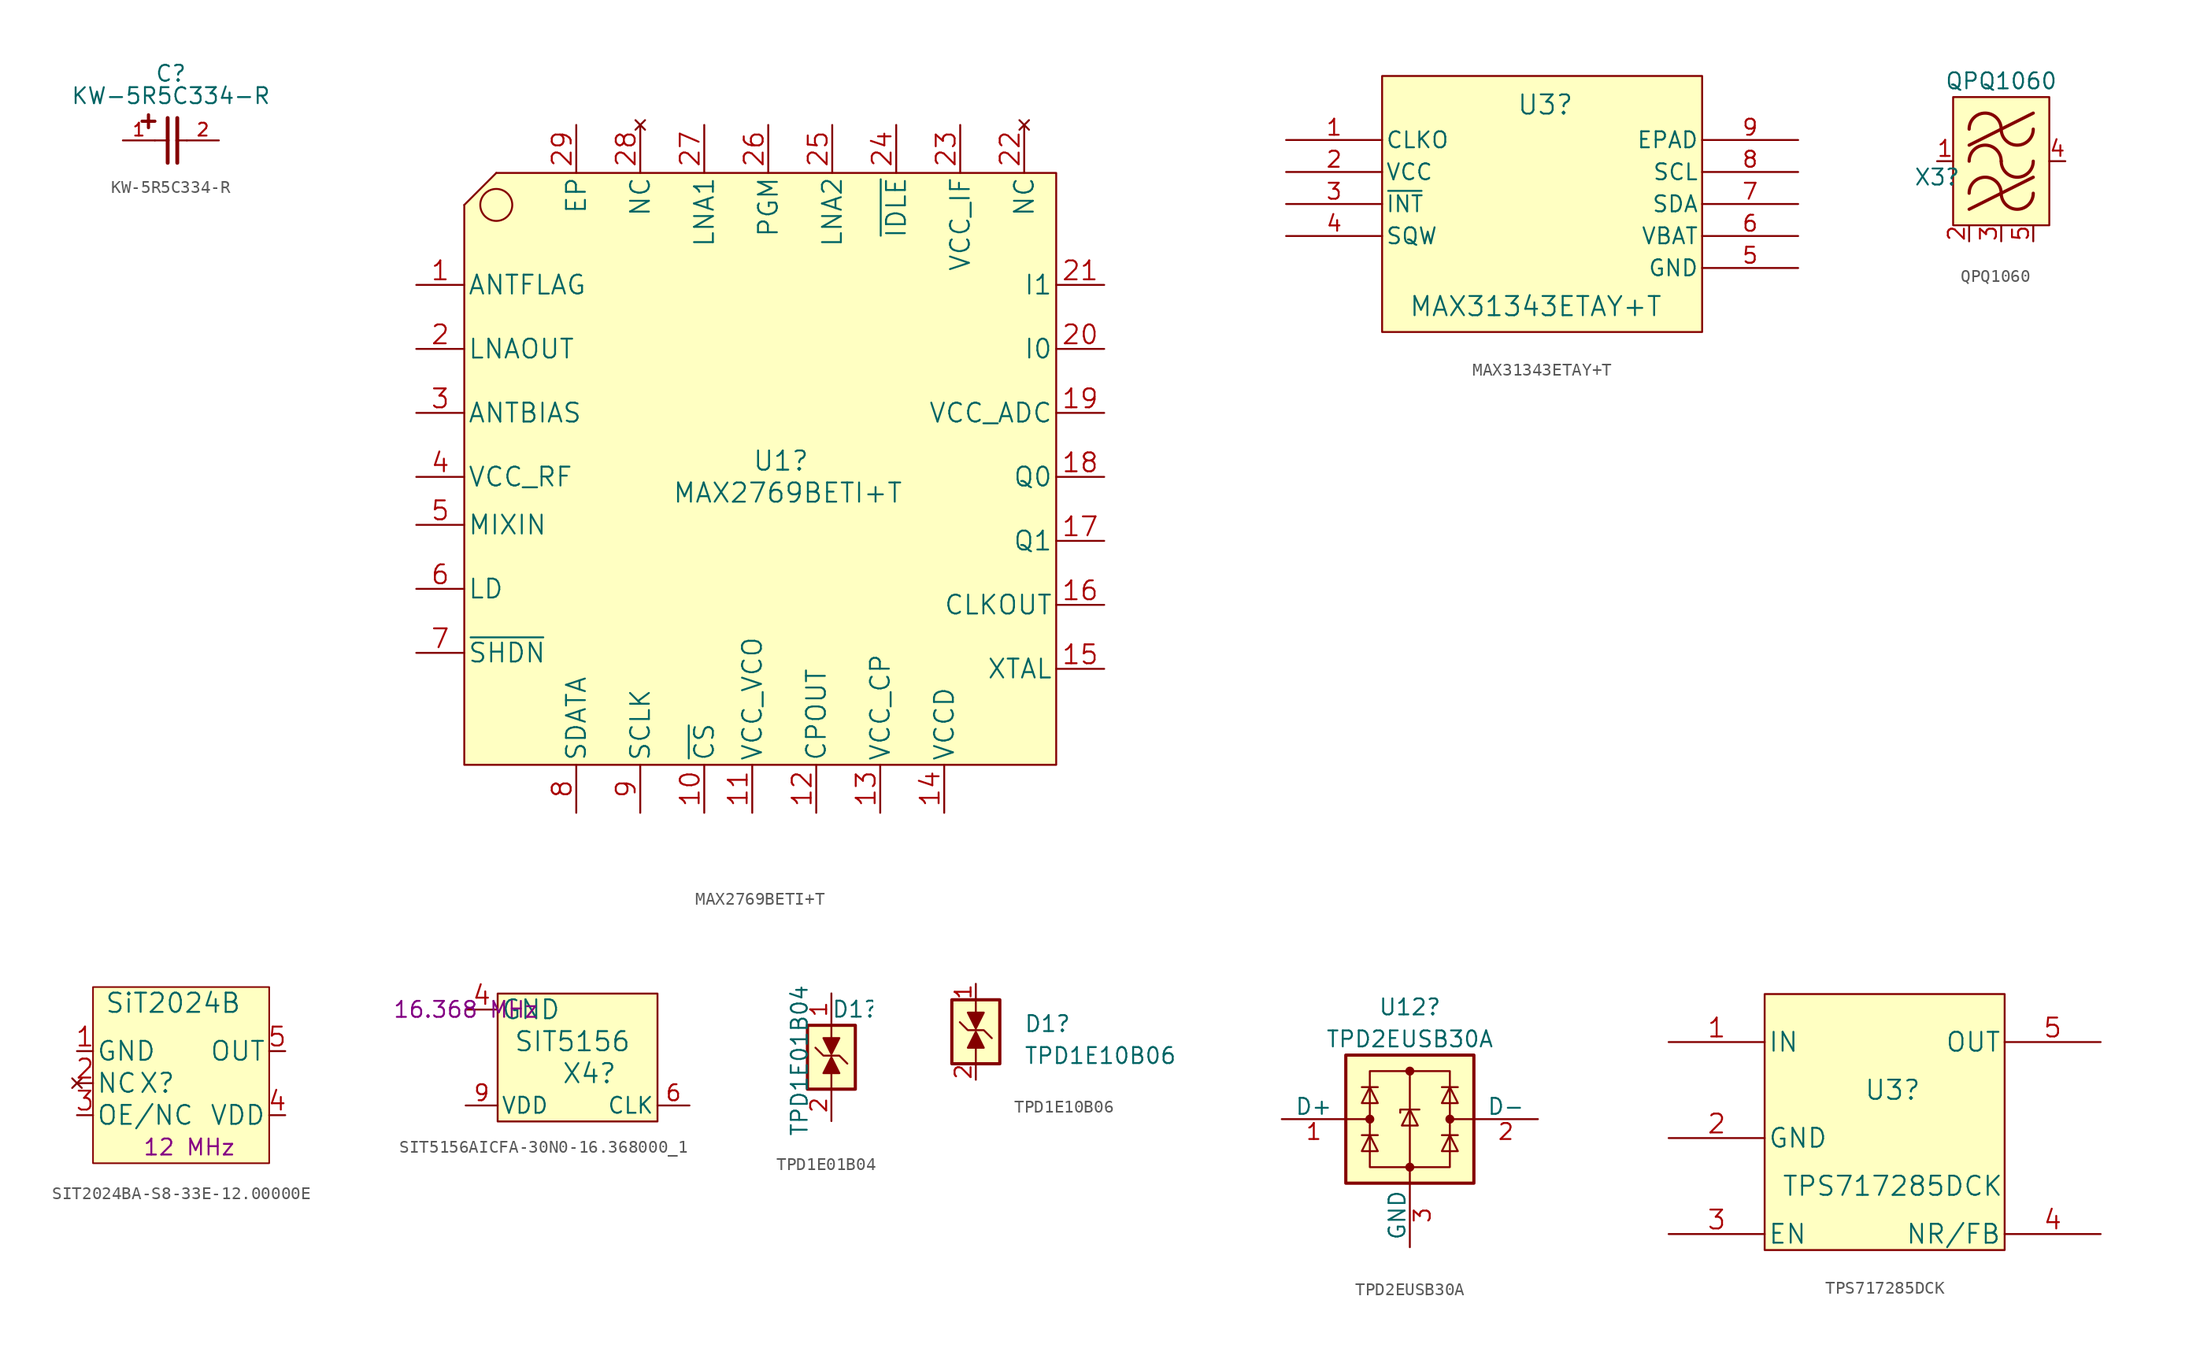
<source format=kicad_sym>
(kicad_symbol_lib
  (version 20241209)
  (generator "kicad_symbol_editor")
  (generator_version "9.0")
  (symbol "KW-5R5C334-R"
    (pin_names
      (offset 1.016))
    (property "Reference" "C"
      (at 1.27 4.572 0)
      (effects (font (size 1.27 1.27)) (justify bottom)))
    (property "Value" "KW-5R5C334-R"
      (at 1.27 2.794 0)
      (effects (font (size 1.27 1.27)) (justify bottom)))
    (symbol "KW-5R5C334-R_0_0"
      (polyline (pts (xy -0.508 2.032) (xy -0.508 1.016)) (stroke (width 0.254) (type default)) (fill (type none)))
      (polyline (pts (xy 0 1.524) (xy -1.016 1.524)) (stroke (width 0.254) (type default)) (fill (type none)))
      (polyline (pts (xy 0 0) (xy 1.016 0)) (stroke (width 0.152) (type default)) (fill (type none)))
      (polyline (pts (xy 1.016 1.778) (xy 1.016 0)) (stroke (width 0.305) (type default)) (fill (type none)))
      (polyline (pts (xy 1.016 0) (xy 1.016 -1.778)) (stroke (width 0.305) (type default)) (fill (type none)))
      (polyline (pts (xy 1.778 1.778) (xy 1.778 0)) (stroke (width 0.305) (type default)) (fill (type none)))
      (polyline (pts (xy 1.778 0) (xy 1.778 -1.778)) (stroke (width 0.305) (type default)) (fill (type none)))
      (polyline (pts (xy 1.778 0) (xy 2.54 0)) (stroke (width 0.152) (type default)) (fill (type none)))
      (pin bidirectional line (at -2.54 0 0) (length 2.54) (name "~" (effects (font (size 1.016 1.016)))) (number "1" (effects (font (size 1.016 1.016)))))
      (pin bidirectional line (at 5.08 0 180) (length 2.54) (name "~" (effects (font (size 1.016 1.016)))) (number "2" (effects (font (size 1.016 1.016)))))))
  (symbol "MAX2769BETI+T"
    (pin_names
      (offset 0.254))
    (property "Reference" "U1"
      (at 22.86 -22.86 0)
      (effects (font (size 1.524 1.524)) (justify left)))
    (property "Value" "MAX2769BETI+T"
      (at 16.51 -25.4 0)
      (effects (font (size 1.524 1.524)) (justify left)))
    (symbol "MAX2769BETI+T_1_1"
      (polyline (pts (xy 0 -2.54) (xy 2.54 0)) (stroke (width 0) (type solid)) (fill (type none)))
      (polyline (pts (xy 0 -2.54) (xy 0 -46.99) (xy 46.99 -46.99) (xy 46.99 0) (xy 2.54 0)) (stroke (width 0) (type solid)) (fill (type background)))
      (circle (center 2.54 -2.54) (radius 1.27) (stroke (width 0) (type solid)) (fill (type none)))
      (pin output line (at -3.81 -8.89 0) (length 3.81) (name "ANTFLAG" (effects (font (size 1.499 1.499)))) (number "1" (effects (font (size 1.499 1.499)))))
      (pin output line (at -3.81 -13.97 0) (length 3.81) (name "LNAOUT" (effects (font (size 1.499 1.499)))) (number "2" (effects (font (size 1.499 1.499)))))
      (pin output line (at -3.81 -19.05 0) (length 3.81) (name "ANTBIAS" (effects (font (size 1.499 1.499)))) (number "3" (effects (font (size 1.499 1.499)))))
      (pin power_in line (at -3.81 -24.13 0) (length 3.81) (name "VCC_RF" (effects (font (size 1.499 1.499)))) (number "4" (effects (font (size 1.499 1.499)))))
      (pin input line (at -3.81 -27.94 0) (length 3.81) (name "MIXIN" (effects (font (size 1.499 1.499)))) (number "5" (effects (font (size 1.499 1.499)))))
      (pin output line (at -3.81 -33.02 0) (length 3.81) (name "LD" (effects (font (size 1.499 1.499)))) (number "6" (effects (font (size 1.499 1.499)))))
      (pin input line (at -3.81 -38.1 0) (length 3.81) (name "~{SHDN}" (effects (font (size 1.499 1.499)))) (number "7" (effects (font (size 1.499 1.499)))))
      (pin free line (at 8.89 3.81 270) (length 3.81) (name "EP" (effects (font (size 1.499 1.499)))) (number "29" (effects (font (size 1.499 1.499)))))
      (pin input line (at 8.89 -50.8 90) (length 3.81) (name "SDATA" (effects (font (size 1.499 1.499)))) (number "8" (effects (font (size 1.499 1.499)))))
      (pin no_connect line (at 13.97 3.81 270) (length 3.81) (name "NC" (effects (font (size 1.499 1.499)))) (number "28" (effects (font (size 1.499 1.499)))))
      (pin input line (at 13.97 -50.8 90) (length 3.81) (name "SCLK" (effects (font (size 1.499 1.499)))) (number "9" (effects (font (size 1.499 1.499)))))
      (pin input line (at 19.05 3.81 270) (length 3.81) (name "LNA1" (effects (font (size 1.499 1.499)))) (number "27" (effects (font (size 1.499 1.499)))))
      (pin input line (at 19.05 -50.8 90) (length 3.81) (name "~{CS}" (effects (font (size 1.499 1.499)))) (number "10" (effects (font (size 1.499 1.499)))))
      (pin power_in line (at 22.86 -50.8 90) (length 3.81) (name "VCC_VCO" (effects (font (size 1.499 1.499)))) (number "11" (effects (font (size 1.499 1.499)))))
      (pin input line (at 24.13 3.81 270) (length 3.81) (name "PGM" (effects (font (size 1.499 1.499)))) (number "26" (effects (font (size 1.499 1.499)))))
      (pin output line (at 27.94 -50.8 90) (length 3.81) (name "CPOUT" (effects (font (size 1.499 1.499)))) (number "12" (effects (font (size 1.499 1.499)))))
      (pin input line (at 29.21 3.81 270) (length 3.81) (name "LNA2" (effects (font (size 1.499 1.499)))) (number "25" (effects (font (size 1.499 1.499)))))
      (pin power_in line (at 33.02 -50.8 90) (length 3.81) (name "VCC_CP" (effects (font (size 1.499 1.499)))) (number "13" (effects (font (size 1.499 1.499)))))
      (pin input line (at 34.29 3.81 270) (length 3.81) (name "~{IDLE}" (effects (font (size 1.499 1.499)))) (number "24" (effects (font (size 1.499 1.499)))))
      (pin power_in line (at 38.1 -50.8 90) (length 3.81) (name "VCCD" (effects (font (size 1.499 1.499)))) (number "14" (effects (font (size 1.499 1.499)))))
      (pin power_in line (at 39.37 3.81 270) (length 3.81) (name "VCC_IF" (effects (font (size 1.499 1.499)))) (number "23" (effects (font (size 1.499 1.499)))))
      (pin no_connect line (at 44.45 3.81 270) (length 3.81) (name "NC" (effects (font (size 1.499 1.499)))) (number "22" (effects (font (size 1.499 1.499)))))
      (pin output line (at 50.8 -8.89 180) (length 3.81) (name "I1" (effects (font (size 1.499 1.499)))) (number "21" (effects (font (size 1.499 1.499)))))
      (pin output line (at 50.8 -13.97 180) (length 3.81) (name "I0" (effects (font (size 1.499 1.499)))) (number "20" (effects (font (size 1.499 1.499)))))
      (pin power_in line (at 50.8 -19.05 180) (length 3.81) (name "VCC_ADC" (effects (font (size 1.499 1.499)))) (number "19" (effects (font (size 1.499 1.499)))))
      (pin output line (at 50.8 -24.13 180) (length 3.81) (name "Q0" (effects (font (size 1.499 1.499)))) (number "18" (effects (font (size 1.499 1.499)))))
      (pin output line (at 50.8 -29.21 180) (length 3.81) (name "Q1" (effects (font (size 1.499 1.499)))) (number "17" (effects (font (size 1.499 1.499)))))
      (pin output line (at 50.8 -34.29 180) (length 3.81) (name "CLKOUT" (effects (font (size 1.499 1.499)))) (number "16" (effects (font (size 1.499 1.499)))))
      (pin input line (at 50.8 -39.37 180) (length 3.81) (name "XTAL" (effects (font (size 1.499 1.499)))) (number "15" (effects (font (size 1.499 1.499)))))))
  (symbol "MAX31343ETAY+T"
    (pin_names
      (offset 0.254))
    (property "Reference" "U3"
      (at 20.574 2.794 0)
      (effects (font (size 1.524 1.524))))
    (property "Value" "MAX31343ETAY+T"
      (at 19.812 -13.208 0)
      (effects (font (size 1.524 1.524))))
    (property "ki_locked" ""
      (at 0 0 0)
      (effects (font (size 1.27 1.27))))
    (symbol "MAX31343ETAY+T_0_1"
      (pin output line (at 0 0 0) (length 7.62) (name "CLKO" (effects (font (size 1.27 1.27)))) (number "1" (effects (font (size 1.27 1.27)))))
      (pin power_in line (at 0 -2.54 0) (length 7.62) (name "VCC" (effects (font (size 1.27 1.27)))) (number "2" (effects (font (size 1.27 1.27)))))
      (pin output line (at 0 -7.62 0) (length 7.62) (name "SQW" (effects (font (size 1.27 1.27)))) (number "4" (effects (font (size 1.27 1.27)))))
      (pin power_in line (at 40.64 0 180) (length 7.62) (name "EPAD" (effects (font (size 1.27 1.27)))) (number "9" (effects (font (size 1.27 1.27)))))
      (pin input line (at 40.64 -2.54 180) (length 7.62) (name "SCL" (effects (font (size 1.27 1.27)))) (number "8" (effects (font (size 1.27 1.27)))))
      (pin bidirectional line (at 40.64 -5.08 180) (length 7.62) (name "SDA" (effects (font (size 1.27 1.27)))) (number "7" (effects (font (size 1.27 1.27)))))
      (pin input line (at 40.64 -7.62 180) (length 7.62) (name "VBAT" (effects (font (size 1.27 1.27)))) (number "6" (effects (font (size 1.27 1.27)))))
      (pin power_in line (at 40.64 -10.16 180) (length 7.62) (name "GND" (effects (font (size 1.27 1.27)))) (number "5" (effects (font (size 1.27 1.27))))))
    (symbol "MAX31343ETAY+T_1_1"
      (rectangle (start 7.62 5.08) (end 33.02 -15.24) (stroke (width 0) (type default)) (fill (type background)))
      (pin output line (at 0 -5.08 0) (length 7.62) (name "~{INT}" (effects (font (size 1.27 1.27)))) (number "3" (effects (font (size 1.27 1.27)))))))
  (symbol "QPQ1060"
    (pin_names
      (hide yes))
    (property "Reference" "X3"
      (at -5.08 -1.27 0)
      (effects (font (size 1.27 1.27))))
    (property "Value" "QPQ1060"
      (at 0 6.35 0)
      (effects (font (size 1.27 1.27))))
    (symbol "QPQ1060_1_1"
      (rectangle (start -3.81 5.08) (end 3.81 -5.08) (stroke (width 0) (type default)) (fill (type background)))
      (polyline (pts (xy -2.54 1.27) (xy 2.54 3.81)) (stroke (width 0.254) (type default)) (fill (type none)))
      (polyline (pts (xy -2.54 -3.81) (xy 2.54 -1.27)) (stroke (width 0.254) (type default)) (fill (type none)))
      (arc (start -2.54 2.54) (mid -1.27 3.8045) (end 0 2.54) (stroke (width 0.254) (type default)) (fill (type none)))
      (arc (start -2.54 0) (mid -1.27 1.2645) (end 0 0) (stroke (width 0.254) (type default)) (fill (type none)))
      (arc (start -2.54 -2.54) (mid -1.27 -1.2755) (end 0 -2.54) (stroke (width 0.254) (type default)) (fill (type none)))
      (arc (start 2.54 2.54) (mid 1.27 1.2755) (end 0 2.54) (stroke (width 0.254) (type default)) (fill (type none)))
      (arc (start 2.54 0) (mid 1.27 -1.2645) (end 0 0) (stroke (width 0.254) (type default)) (fill (type none)))
      (arc (start 2.54 -2.54) (mid 1.27 -3.8045) (end 0 -2.54) (stroke (width 0.254) (type default)) (fill (type none)))
      (pin input line (at -5.08 0 0) (length 1.27) (name "IN" (effects (font (size 1.27 1.27)))) (number "1" (effects (font (size 1.27 1.27)))))
      (pin passive line (at -2.54 -6.35 90) (length 1.27) (name "GND" (effects (font (size 1.27 1.27)))) (number "2" (effects (font (size 1.27 1.27)))))
      (pin passive line (at 0 -6.35 90) (length 1.27) (name "GND" (effects (font (size 1.27 1.27)))) (number "3" (effects (font (size 1.27 1.27)))))
      (pin passive line (at 2.54 -6.35 90) (length 1.27) (name "GND" (effects (font (size 1.27 1.27)))) (number "5" (effects (font (size 1.27 1.27)))))
      (pin output line (at 5.08 0 180) (length 1.27) (name "OUT" (effects (font (size 1.27 1.27)))) (number "4" (effects (font (size 1.27 1.27)))))))
  (symbol "SIT2024BA-S8-33E-12.00000E"
    (pin_names
      (offset 0.254))
    (property "Reference" "X"
      (at 12.7 -2.54 0)
      (effects (font (size 1.524 1.524))))
    (property "Value" "SiT2024B"
      (at 13.97 3.81 0)
      (effects (font (size 1.524 1.524))))
    (property "Notes" "12 MHz"
      (at 15.24 -7.62 0)
      (effects (font (size 1.27 1.27))))
    (symbol "SIT2024BA-S8-33E-12.00000E_1_1"
      (rectangle (start 7.62 5.08) (end 21.59 -8.89) (stroke (width 0.127) (type solid)) (fill (type background)))
      (pin power_in line (at 6.35 0 0) (length 1.27) (name "GND" (effects (font (size 1.499 1.499)))) (number "1" (effects (font (size 1.499 1.499)))))
      (pin no_connect line (at 6.35 -2.54 0) (length 1.27) (name "NC" (effects (font (size 1.499 1.499)))) (number "2" (effects (font (size 1.499 1.499)))))
      (pin unspecified line (at 6.35 -5.08 0) (length 1.27) (name "OE/NC" (effects (font (size 1.499 1.499)))) (number "3" (effects (font (size 1.499 1.499)))))
      (pin output line (at 22.86 0 180) (length 1.27) (name "OUT" (effects (font (size 1.499 1.499)))) (number "5" (effects (font (size 1.499 1.499)))))
      (pin power_in line (at 22.86 -5.08 180) (length 1.27) (name "VDD" (effects (font (size 1.499 1.499)))) (number "4" (effects (font (size 1.499 1.499)))))))
  (symbol "SIT5156AICFA-30N0-16.368000_1"
    (pin_names
      (offset 0.254))
    (property "Reference" "X4"
      (at 7.62 -5.08 0)
      (effects (font (size 1.524 1.524)) (justify left)))
    (property "Value" "SIT5156"
      (at 3.81 -2.54 0)
      (effects (font (size 1.524 1.524)) (justify left)))
    (property "Notes" "16.368 MHz"
      (at 0 0 0)
      (effects (font (size 1.27 1.27))))
    (symbol "SIT5156AICFA-30N0-16.368000_1_0_0"
      (pin output line (at 17.78 -7.62 180) (length 2.54) (name "CLK" (effects (font (size 1.27 1.27)))) (number "6" (effects (font (size 1.27 1.27))))))
    (symbol "SIT5156AICFA-30N0-16.368000_1_1_0"
      (pin power_in line (at 0 -7.62 0) (length 2.54) (name "VDD" (effects (font (size 1.27 1.27)))) (number "9" (effects (font (size 1.27 1.27)))))
      (pin no_connect line (at 8.89 1.27 270) (length 0) (hide yes) (name "NC" (effects (font (size 1.27 1.27)))) (number "10" (effects (font (size 1.27 1.27)))))
      (pin no_connect line (at 15.24 -2.54 180) (length 0) (hide yes) (name "NC" (effects (font (size 1.27 1.27)))) (number "8" (effects (font (size 1.27 1.27)))))
      (pin no_connect line (at 15.24 -5.08 180) (length 0) (hide yes) (name "NC" (effects (font (size 1.27 1.27)))) (number "7" (effects (font (size 1.27 1.27))))))
    (symbol "SIT5156AICFA-30N0-16.368000_1_1_1"
      (rectangle (start 2.54 1.27) (end 15.24 -8.89) (stroke (width 0) (type solid)) (fill (type background)))
      (pin power_in line (at 0 0 0) (length 2.54) (name "GND" (effects (font (size 1.499 1.499)))) (number "4" (effects (font (size 1.499 1.499)))))
      (pin no_connect line (at 2.54 0 0) (length 0) (hide yes) (name "NC" (effects (font (size 1.499 1.499)))) (number "1" (effects (font (size 1.499 1.499)))))
      (pin no_connect line (at 2.54 -2.54 0) (length 0) (hide yes) (name "NC" (effects (font (size 1.499 1.499)))) (number "2" (effects (font (size 1.499 1.499)))))
      (pin no_connect line (at 2.54 -5.08 0) (length 0) (hide yes) (name "NC" (effects (font (size 1.499 1.499)))) (number "3" (effects (font (size 1.499 1.499)))))
      (pin no_connect line (at 8.89 -8.89 90) (length 0) (hide yes) (name "NC" (effects (font (size 1.499 1.499)))) (number "5" (effects (font (size 1.499 1.499)))))))
  (symbol "TPD1E01B04"
    (pin_names
      (hide yes))
    (property "Reference" "D1"
      (at 0 3.81 0)
      (effects (font (size 1.27 1.27)) (justify left)))
    (property "Value" "TPD1E01B04"
      (at -2.54 -6.35 90)
      (effects (font (size 1.27 1.27)) (justify left)))
    (symbol "TPD1E01B04_0_1"
      (rectangle (start -1.905 2.54) (end 1.905 -2.54) (stroke (width 0.254) (type default)) (fill (type background)))
      (polyline (pts (xy -1.27 0.762) (xy -0.635 0.127) (xy 0 0.127) (xy 0.635 0.127) (xy 1.27 -0.508)) (stroke (width 0) (type default)) (fill (type none)))
      (polyline (pts (xy 0 2.54) (xy 0 0.635)) (stroke (width 0) (type default)) (fill (type none)))
      (polyline (pts (xy 0 -1.27) (xy 0 -2.54)) (stroke (width 0) (type default)) (fill (type none))))
    (symbol "TPD1E01B04_1_0"
      (pin passive line (at 0 -5.08 90) (length 2.54) (name "A" (effects (font (size 1.27 1.27)))) (number "2" (effects (font (size 1.27 1.27))))))
    (symbol "TPD1E01B04_1_1"
      (polyline (pts (xy 0 0.254) (xy 0.635 1.524) (xy -0.635 1.524) (xy 0 0.254)) (stroke (width 0) (type default)) (fill (type outline)))
      (polyline (pts (xy 0 0) (xy -0.635 -1.27) (xy 0.635 -1.27) (xy 0 0)) (stroke (width 0) (type default)) (fill (type outline)))
      (pin passive line (at 0 5.08 270) (length 2.54) (name "K" (effects (font (size 1.27 1.27)))) (number "1" (effects (font (size 1.27 1.27)))))))
  (symbol "TPD1E10B06"
    (pin_names
      (hide yes))
    (property "Reference" "D1"
      (at 3.81 0.635 0)
      (effects (font (size 1.27 1.27)) (justify left)))
    (property "Value" "TPD1E10B06"
      (at 3.81 -1.905 0)
      (effects (font (size 1.27 1.27)) (justify left)))
    (symbol "TPD1E10B06_0_1"
      (rectangle (start -1.905 2.54) (end 1.905 -2.54) (stroke (width 0.254) (type default)) (fill (type background)))
      (polyline (pts (xy -1.27 0.762) (xy -0.635 0.127) (xy 0 0.127) (xy 0.635 0.127) (xy 1.27 -0.508)) (stroke (width 0) (type default)) (fill (type none)))
      (polyline (pts (xy 0 2.54) (xy 0 0.635)) (stroke (width 0) (type default)) (fill (type none)))
      (polyline (pts (xy 0 -1.27) (xy 0 -2.54)) (stroke (width 0) (type default)) (fill (type none))))
    (symbol "TPD1E10B06_1_0"
      (pin passive line (at 0 -3.81 90) (length 1.27) (name "A" (effects (font (size 1.27 1.27)))) (number "2" (effects (font (size 1.27 1.27))))))
    (symbol "TPD1E10B06_1_1"
      (polyline (pts (xy 0 0.254) (xy 0.635 1.524) (xy -0.635 1.524) (xy 0 0.254)) (stroke (width 0) (type default)) (fill (type outline)))
      (polyline (pts (xy 0 0) (xy -0.635 -1.27) (xy 0.635 -1.27) (xy 0 0)) (stroke (width 0) (type default)) (fill (type outline)))
      (pin passive line (at 0 3.81 270) (length 1.27) (name "K" (effects (font (size 1.27 1.27)))) (number "1" (effects (font (size 1.27 1.27)))))))
  (symbol "TPD2EUSB30A"
    (pin_names
      (offset 0))
    (property "Reference" "U12"
      (at 0 8.89 0)
      (effects (font (size 1.27 1.27))))
    (property "Value" "TPD2EUSB30A"
      (at 0 6.35 0)
      (effects (font (size 1.27 1.27))))
    (symbol "TPD2EUSB30A_0_1"
      (rectangle (start -5.08 5.08) (end 5.08 -5.08) (stroke (width 0.254) (type default)) (fill (type background)))
      (polyline (pts (xy -5.08 0) (xy -3.175 0)) (stroke (width 0) (type default)) (fill (type none)))
      (polyline (pts (xy -3.81 2.54) (xy -2.54 2.54)) (stroke (width 0) (type default)) (fill (type none)))
      (polyline (pts (xy -3.81 -1.27) (xy -2.54 -1.27)) (stroke (width 0) (type default)) (fill (type none)))
      (rectangle (start -3.175 3.81) (end 3.175 -3.81) (stroke (width 0) (type default)) (fill (type none)))
      (circle (center -3.175 0) (radius 0.279) (stroke (width 0) (type default)) (fill (type outline)))
      (polyline (pts (xy -2.54 1.27) (xy -3.81 1.27) (xy -3.175 2.54) (xy -2.54 1.27)) (stroke (width 0) (type default)) (fill (type none)))
      (polyline (pts (xy -2.54 -2.54) (xy -3.81 -2.54) (xy -3.175 -1.27) (xy -2.54 -2.54)) (stroke (width 0) (type default)) (fill (type none)))
      (circle (center 0 3.81) (radius 0.279) (stroke (width 0) (type default)) (fill (type outline)))
      (polyline (pts (xy 0 3.81) (xy 0 -5.08)) (stroke (width 0) (type default)) (fill (type none)))
      (circle (center 0 -3.81) (radius 0.279) (stroke (width 0) (type default)) (fill (type outline)))
      (polyline (pts (xy 0.635 -0.508) (xy -0.635 -0.508) (xy 0 0.762) (xy 0.635 -0.508)) (stroke (width 0) (type default)) (fill (type none)))
      (polyline (pts (xy 0.762 0.762) (xy -0.762 0.762) (xy -0.762 0.508)) (stroke (width 0) (type default)) (fill (type none)))
      (polyline (pts (xy 2.54 2.54) (xy 3.81 2.54)) (stroke (width 0) (type default)) (fill (type none)))
      (polyline (pts (xy 2.54 -1.27) (xy 3.81 -1.27)) (stroke (width 0) (type default)) (fill (type none)))
      (circle (center 3.175 0) (radius 0.279) (stroke (width 0) (type default)) (fill (type outline)))
      (polyline (pts (xy 3.81 1.27) (xy 2.54 1.27) (xy 3.175 2.54) (xy 3.81 1.27)) (stroke (width 0) (type default)) (fill (type none)))
      (polyline (pts (xy 3.81 -2.54) (xy 2.54 -2.54) (xy 3.175 -1.27) (xy 3.81 -2.54)) (stroke (width 0) (type default)) (fill (type none)))
      (polyline (pts (xy 5.08 0) (xy 3.175 0)) (stroke (width 0) (type default)) (fill (type none))))
    (symbol "TPD2EUSB30A_1_1"
      (pin passive line (at -10.16 0 0) (length 5.08) (name "D+" (effects (font (size 1.27 1.27)))) (number "1" (effects (font (size 1.27 1.27)))))
      (pin passive line (at 0 -10.16 90) (length 5.08) (name "GND" (effects (font (size 1.27 1.27)))) (number "3" (effects (font (size 1.27 1.27)))))
      (pin passive line (at 10.16 0 180) (length 5.08) (name "D-" (effects (font (size 1.27 1.27)))) (number "2" (effects (font (size 1.27 1.27)))))))
  (symbol "TPS717285DCK"
    (pin_names
      (offset 0.254))
    (property "Reference" "U3"
      (at 17.78 -2.54 0)
      (effects (font (size 1.524 1.524))))
    (property "Value" "TPS717285DCK"
      (at 17.78 -10.16 0)
      (effects (font (size 1.524 1.524))))
    (symbol "TPS717285DCK_1_1"
      (rectangle (start 7.62 5.08) (end 26.67 -15.24) (stroke (width 0) (type solid)) (fill (type background)))
      (pin input line (at 0 1.27 0) (length 7.62) (name "IN" (effects (font (size 1.499 1.499)))) (number "1" (effects (font (size 1.499 1.499)))))
      (pin power_in line (at 0 -6.35 0) (length 7.62) (name "GND" (effects (font (size 1.499 1.499)))) (number "2" (effects (font (size 1.499 1.499)))))
      (pin passive line (at 0 -13.97 0) (length 7.62) (name "EN" (effects (font (size 1.499 1.499)))) (number "3" (effects (font (size 1.499 1.499)))))
      (pin power_out line (at 34.29 1.27 180) (length 7.62) (name "OUT" (effects (font (size 1.499 1.499)))) (number "5" (effects (font (size 1.499 1.499)))))
      (pin bidirectional line (at 34.29 -13.97 180) (length 7.62) (name "NR/FB" (effects (font (size 1.499 1.499)))) (number "4" (effects (font (size 1.499 1.499))))))))
</source>
